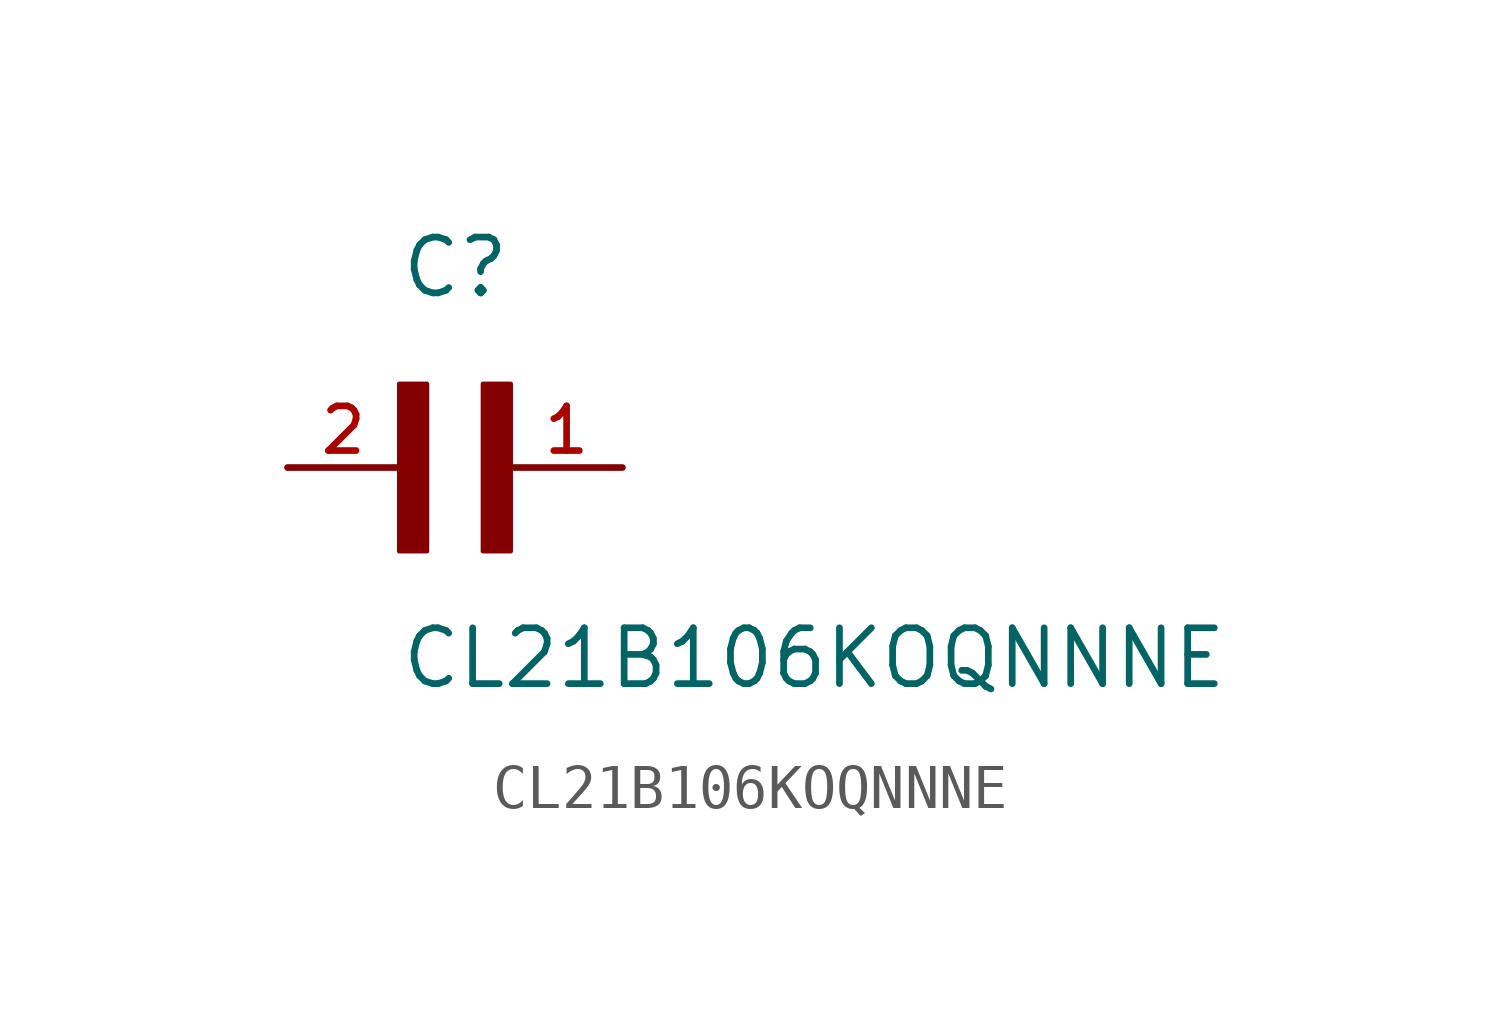
<source format=kicad_sym>
(kicad_symbol_lib
  (version 20211014)
  (generator kicad_symbol_editor)
  (symbol "CL21B106KOQNNNE"
    (pin_names
      (offset 1.016))
    (property "Reference" "C"
      (at 0.0 3.81 0)
      (effects (font (size 1.27 1.27)) (justify bottom left)))
    (property "Value" "CL21B106KOQNNNE"
      (at 0.0 -5.08 0)
      (effects (font (size 1.27 1.27)) (justify bottom left)))
    (symbol "CL21B106KOQNNNE_0_0"
      (rectangle (start 0.0 -1.905) (end 0.635 1.905) (stroke (width 0.1)) (fill (type outline)))
      (rectangle (start 1.905 -1.905) (end 2.54 1.905) (stroke (width 0.1)) (fill (type outline)))
      (pin passive line (at 5.08 0.0 180.0) (length 2.54) (name "~" (effects (font (size 1.016 1.016)))) (number "1" (effects (font (size 1.016 1.016)))))
      (pin passive line (at -2.54 0.0 0) (length 2.54) (name "~" (effects (font (size 1.016 1.016)))) (number "2" (effects (font (size 1.016 1.016))))))))
</source>
